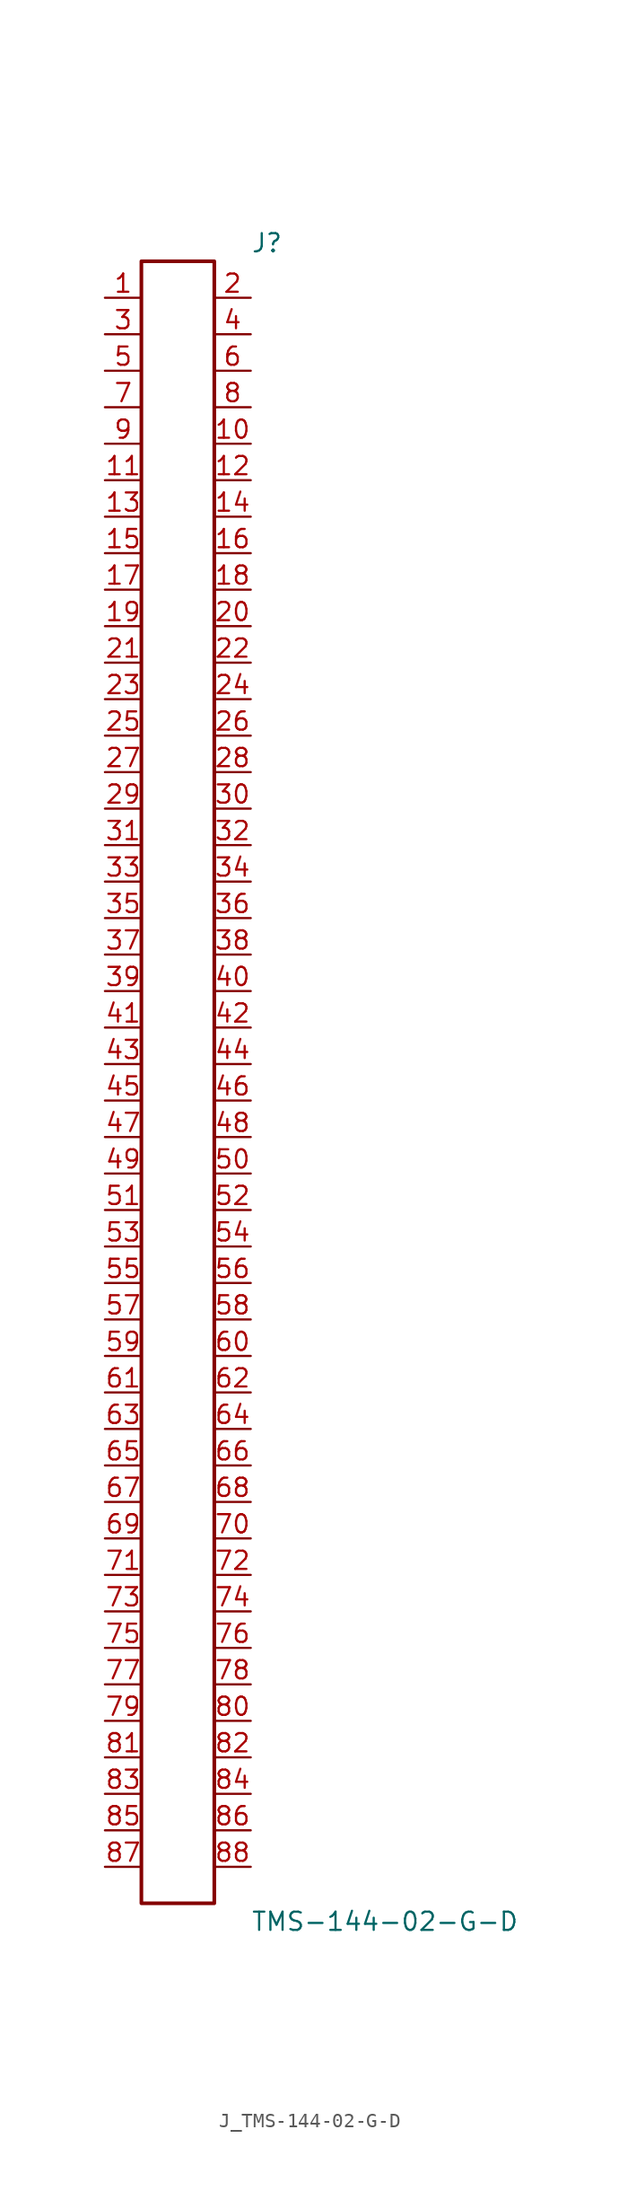
<source format=kicad_sym>
(kicad_symbol_lib
  (version 20231120)
  (generator kicad_symbol_editor)
  (generator_version 8.0)
  (symbol "J_TMS-144-02-G-D"
    (pin_names
      (offset 0.254))
    (property "Reference" "J"
      (at 5.08 58.42 0)
      (effects (font (size 1.27 1.27)) (justify left)))
    (property "Value" "TMS-144-02-G-D"
      (at 5.08 -58.42 0)
      (effects (font (size 1.27 1.27)) (justify left)))
    (symbol "J_TMS-144-02-G-D_0_0"
      (pin unspecified line (at -5.08 54.61 0) (length 2.54) (name "" (effects (font (size 1.27 1.27)))) (number "1" (effects (font (size 1.27 1.27)))))
      (pin unspecified line (at 5.08 54.61 180) (length 2.54) (name "" (effects (font (size 1.27 1.27)))) (number "2" (effects (font (size 1.27 1.27)))))
      (pin unspecified line (at -5.08 52.07 0) (length 2.54) (name "" (effects (font (size 1.27 1.27)))) (number "3" (effects (font (size 1.27 1.27)))))
      (pin unspecified line (at 5.08 52.07 180) (length 2.54) (name "" (effects (font (size 1.27 1.27)))) (number "4" (effects (font (size 1.27 1.27)))))
      (pin unspecified line (at -5.08 49.53 0) (length 2.54) (name "" (effects (font (size 1.27 1.27)))) (number "5" (effects (font (size 1.27 1.27)))))
      (pin unspecified line (at 5.08 49.53 180) (length 2.54) (name "" (effects (font (size 1.27 1.27)))) (number "6" (effects (font (size 1.27 1.27)))))
      (pin unspecified line (at -5.08 46.99 0) (length 2.54) (name "" (effects (font (size 1.27 1.27)))) (number "7" (effects (font (size 1.27 1.27)))))
      (pin unspecified line (at 5.08 46.99 180) (length 2.54) (name "" (effects (font (size 1.27 1.27)))) (number "8" (effects (font (size 1.27 1.27)))))
      (pin unspecified line (at -5.08 44.45 0) (length 2.54) (name "" (effects (font (size 1.27 1.27)))) (number "9" (effects (font (size 1.27 1.27)))))
      (pin unspecified line (at 5.08 44.45 180) (length 2.54) (name "" (effects (font (size 1.27 1.27)))) (number "10" (effects (font (size 1.27 1.27)))))
      (pin unspecified line (at -5.08 41.91 0) (length 2.54) (name "" (effects (font (size 1.27 1.27)))) (number "11" (effects (font (size 1.27 1.27)))))
      (pin unspecified line (at 5.08 41.91 180) (length 2.54) (name "" (effects (font (size 1.27 1.27)))) (number "12" (effects (font (size 1.27 1.27)))))
      (pin unspecified line (at -5.08 39.37 0) (length 2.54) (name "" (effects (font (size 1.27 1.27)))) (number "13" (effects (font (size 1.27 1.27)))))
      (pin unspecified line (at 5.08 39.37 180) (length 2.54) (name "" (effects (font (size 1.27 1.27)))) (number "14" (effects (font (size 1.27 1.27)))))
      (pin unspecified line (at -5.08 36.83 0) (length 2.54) (name "" (effects (font (size 1.27 1.27)))) (number "15" (effects (font (size 1.27 1.27)))))
      (pin unspecified line (at 5.08 36.83 180) (length 2.54) (name "" (effects (font (size 1.27 1.27)))) (number "16" (effects (font (size 1.27 1.27)))))
      (pin unspecified line (at -5.08 34.29 0) (length 2.54) (name "" (effects (font (size 1.27 1.27)))) (number "17" (effects (font (size 1.27 1.27)))))
      (pin unspecified line (at 5.08 34.29 180) (length 2.54) (name "" (effects (font (size 1.27 1.27)))) (number "18" (effects (font (size 1.27 1.27)))))
      (pin unspecified line (at -5.08 31.75 0) (length 2.54) (name "" (effects (font (size 1.27 1.27)))) (number "19" (effects (font (size 1.27 1.27)))))
      (pin unspecified line (at 5.08 31.75 180) (length 2.54) (name "" (effects (font (size 1.27 1.27)))) (number "20" (effects (font (size 1.27 1.27)))))
      (pin unspecified line (at -5.08 29.21 0) (length 2.54) (name "" (effects (font (size 1.27 1.27)))) (number "21" (effects (font (size 1.27 1.27)))))
      (pin unspecified line (at 5.08 29.21 180) (length 2.54) (name "" (effects (font (size 1.27 1.27)))) (number "22" (effects (font (size 1.27 1.27)))))
      (pin unspecified line (at -5.08 26.67 0) (length 2.54) (name "" (effects (font (size 1.27 1.27)))) (number "23" (effects (font (size 1.27 1.27)))))
      (pin unspecified line (at 5.08 26.67 180) (length 2.54) (name "" (effects (font (size 1.27 1.27)))) (number "24" (effects (font (size 1.27 1.27)))))
      (pin unspecified line (at -5.08 24.13 0) (length 2.54) (name "" (effects (font (size 1.27 1.27)))) (number "25" (effects (font (size 1.27 1.27)))))
      (pin unspecified line (at 5.08 24.13 180) (length 2.54) (name "" (effects (font (size 1.27 1.27)))) (number "26" (effects (font (size 1.27 1.27)))))
      (pin unspecified line (at -5.08 21.59 0) (length 2.54) (name "" (effects (font (size 1.27 1.27)))) (number "27" (effects (font (size 1.27 1.27)))))
      (pin unspecified line (at 5.08 21.59 180) (length 2.54) (name "" (effects (font (size 1.27 1.27)))) (number "28" (effects (font (size 1.27 1.27)))))
      (pin unspecified line (at -5.08 19.05 0) (length 2.54) (name "" (effects (font (size 1.27 1.27)))) (number "29" (effects (font (size 1.27 1.27)))))
      (pin unspecified line (at 5.08 19.05 180) (length 2.54) (name "" (effects (font (size 1.27 1.27)))) (number "30" (effects (font (size 1.27 1.27)))))
      (pin unspecified line (at -5.08 16.51 0) (length 2.54) (name "" (effects (font (size 1.27 1.27)))) (number "31" (effects (font (size 1.27 1.27)))))
      (pin unspecified line (at 5.08 16.51 180) (length 2.54) (name "" (effects (font (size 1.27 1.27)))) (number "32" (effects (font (size 1.27 1.27)))))
      (pin unspecified line (at -5.08 13.97 0) (length 2.54) (name "" (effects (font (size 1.27 1.27)))) (number "33" (effects (font (size 1.27 1.27)))))
      (pin unspecified line (at 5.08 13.97 180) (length 2.54) (name "" (effects (font (size 1.27 1.27)))) (number "34" (effects (font (size 1.27 1.27)))))
      (pin unspecified line (at -5.08 11.43 0) (length 2.54) (name "" (effects (font (size 1.27 1.27)))) (number "35" (effects (font (size 1.27 1.27)))))
      (pin unspecified line (at 5.08 11.43 180) (length 2.54) (name "" (effects (font (size 1.27 1.27)))) (number "36" (effects (font (size 1.27 1.27)))))
      (pin unspecified line (at -5.08 8.89 0) (length 2.54) (name "" (effects (font (size 1.27 1.27)))) (number "37" (effects (font (size 1.27 1.27)))))
      (pin unspecified line (at 5.08 8.89 180) (length 2.54) (name "" (effects (font (size 1.27 1.27)))) (number "38" (effects (font (size 1.27 1.27)))))
      (pin unspecified line (at -5.08 6.35 0) (length 2.54) (name "" (effects (font (size 1.27 1.27)))) (number "39" (effects (font (size 1.27 1.27)))))
      (pin unspecified line (at 5.08 6.35 180) (length 2.54) (name "" (effects (font (size 1.27 1.27)))) (number "40" (effects (font (size 1.27 1.27)))))
      (pin unspecified line (at -5.08 3.81 0) (length 2.54) (name "" (effects (font (size 1.27 1.27)))) (number "41" (effects (font (size 1.27 1.27)))))
      (pin unspecified line (at 5.08 3.81 180) (length 2.54) (name "" (effects (font (size 1.27 1.27)))) (number "42" (effects (font (size 1.27 1.27)))))
      (pin unspecified line (at -5.08 1.27 0) (length 2.54) (name "" (effects (font (size 1.27 1.27)))) (number "43" (effects (font (size 1.27 1.27)))))
      (pin unspecified line (at 5.08 1.27 180) (length 2.54) (name "" (effects (font (size 1.27 1.27)))) (number "44" (effects (font (size 1.27 1.27)))))
      (pin unspecified line (at -5.08 -1.27 0) (length 2.54) (name "" (effects (font (size 1.27 1.27)))) (number "45" (effects (font (size 1.27 1.27)))))
      (pin unspecified line (at 5.08 -1.27 180) (length 2.54) (name "" (effects (font (size 1.27 1.27)))) (number "46" (effects (font (size 1.27 1.27)))))
      (pin unspecified line (at -5.08 -3.81 0) (length 2.54) (name "" (effects (font (size 1.27 1.27)))) (number "47" (effects (font (size 1.27 1.27)))))
      (pin unspecified line (at 5.08 -3.81 180) (length 2.54) (name "" (effects (font (size 1.27 1.27)))) (number "48" (effects (font (size 1.27 1.27)))))
      (pin unspecified line (at -5.08 -6.35 0) (length 2.54) (name "" (effects (font (size 1.27 1.27)))) (number "49" (effects (font (size 1.27 1.27)))))
      (pin unspecified line (at 5.08 -6.35 180) (length 2.54) (name "" (effects (font (size 1.27 1.27)))) (number "50" (effects (font (size 1.27 1.27)))))
      (pin unspecified line (at -5.08 -8.89 0) (length 2.54) (name "" (effects (font (size 1.27 1.27)))) (number "51" (effects (font (size 1.27 1.27)))))
      (pin unspecified line (at 5.08 -8.89 180) (length 2.54) (name "" (effects (font (size 1.27 1.27)))) (number "52" (effects (font (size 1.27 1.27)))))
      (pin unspecified line (at -5.08 -11.43 0) (length 2.54) (name "" (effects (font (size 1.27 1.27)))) (number "53" (effects (font (size 1.27 1.27)))))
      (pin unspecified line (at 5.08 -11.43 180) (length 2.54) (name "" (effects (font (size 1.27 1.27)))) (number "54" (effects (font (size 1.27 1.27)))))
      (pin unspecified line (at -5.08 -13.97 0) (length 2.54) (name "" (effects (font (size 1.27 1.27)))) (number "55" (effects (font (size 1.27 1.27)))))
      (pin unspecified line (at 5.08 -13.97 180) (length 2.54) (name "" (effects (font (size 1.27 1.27)))) (number "56" (effects (font (size 1.27 1.27)))))
      (pin unspecified line (at -5.08 -16.51 0) (length 2.54) (name "" (effects (font (size 1.27 1.27)))) (number "57" (effects (font (size 1.27 1.27)))))
      (pin unspecified line (at 5.08 -16.51 180) (length 2.54) (name "" (effects (font (size 1.27 1.27)))) (number "58" (effects (font (size 1.27 1.27)))))
      (pin unspecified line (at -5.08 -19.05 0) (length 2.54) (name "" (effects (font (size 1.27 1.27)))) (number "59" (effects (font (size 1.27 1.27)))))
      (pin unspecified line (at 5.08 -19.05 180) (length 2.54) (name "" (effects (font (size 1.27 1.27)))) (number "60" (effects (font (size 1.27 1.27)))))
      (pin unspecified line (at -5.08 -21.59 0) (length 2.54) (name "" (effects (font (size 1.27 1.27)))) (number "61" (effects (font (size 1.27 1.27)))))
      (pin unspecified line (at 5.08 -21.59 180) (length 2.54) (name "" (effects (font (size 1.27 1.27)))) (number "62" (effects (font (size 1.27 1.27)))))
      (pin unspecified line (at -5.08 -24.13 0) (length 2.54) (name "" (effects (font (size 1.27 1.27)))) (number "63" (effects (font (size 1.27 1.27)))))
      (pin unspecified line (at 5.08 -24.13 180) (length 2.54) (name "" (effects (font (size 1.27 1.27)))) (number "64" (effects (font (size 1.27 1.27)))))
      (pin unspecified line (at -5.08 -26.67 0) (length 2.54) (name "" (effects (font (size 1.27 1.27)))) (number "65" (effects (font (size 1.27 1.27)))))
      (pin unspecified line (at 5.08 -26.67 180) (length 2.54) (name "" (effects (font (size 1.27 1.27)))) (number "66" (effects (font (size 1.27 1.27)))))
      (pin unspecified line (at -5.08 -29.21 0) (length 2.54) (name "" (effects (font (size 1.27 1.27)))) (number "67" (effects (font (size 1.27 1.27)))))
      (pin unspecified line (at 5.08 -29.21 180) (length 2.54) (name "" (effects (font (size 1.27 1.27)))) (number "68" (effects (font (size 1.27 1.27)))))
      (pin unspecified line (at -5.08 -31.75 0) (length 2.54) (name "" (effects (font (size 1.27 1.27)))) (number "69" (effects (font (size 1.27 1.27)))))
      (pin unspecified line (at 5.08 -31.75 180) (length 2.54) (name "" (effects (font (size 1.27 1.27)))) (number "70" (effects (font (size 1.27 1.27)))))
      (pin unspecified line (at -5.08 -34.29 0) (length 2.54) (name "" (effects (font (size 1.27 1.27)))) (number "71" (effects (font (size 1.27 1.27)))))
      (pin unspecified line (at 5.08 -34.29 180) (length 2.54) (name "" (effects (font (size 1.27 1.27)))) (number "72" (effects (font (size 1.27 1.27)))))
      (pin unspecified line (at -5.08 -36.83 0) (length 2.54) (name "" (effects (font (size 1.27 1.27)))) (number "73" (effects (font (size 1.27 1.27)))))
      (pin unspecified line (at 5.08 -36.83 180) (length 2.54) (name "" (effects (font (size 1.27 1.27)))) (number "74" (effects (font (size 1.27 1.27)))))
      (pin unspecified line (at -5.08 -39.37 0) (length 2.54) (name "" (effects (font (size 1.27 1.27)))) (number "75" (effects (font (size 1.27 1.27)))))
      (pin unspecified line (at 5.08 -39.37 180) (length 2.54) (name "" (effects (font (size 1.27 1.27)))) (number "76" (effects (font (size 1.27 1.27)))))
      (pin unspecified line (at -5.08 -41.91 0) (length 2.54) (name "" (effects (font (size 1.27 1.27)))) (number "77" (effects (font (size 1.27 1.27)))))
      (pin unspecified line (at 5.08 -41.91 180) (length 2.54) (name "" (effects (font (size 1.27 1.27)))) (number "78" (effects (font (size 1.27 1.27)))))
      (pin unspecified line (at -5.08 -44.45 0) (length 2.54) (name "" (effects (font (size 1.27 1.27)))) (number "79" (effects (font (size 1.27 1.27)))))
      (pin unspecified line (at 5.08 -44.45 180) (length 2.54) (name "" (effects (font (size 1.27 1.27)))) (number "80" (effects (font (size 1.27 1.27)))))
      (pin unspecified line (at -5.08 -46.99 0) (length 2.54) (name "" (effects (font (size 1.27 1.27)))) (number "81" (effects (font (size 1.27 1.27)))))
      (pin unspecified line (at 5.08 -46.99 180) (length 2.54) (name "" (effects (font (size 1.27 1.27)))) (number "82" (effects (font (size 1.27 1.27)))))
      (pin unspecified line (at -5.08 -49.53 0) (length 2.54) (name "" (effects (font (size 1.27 1.27)))) (number "83" (effects (font (size 1.27 1.27)))))
      (pin unspecified line (at 5.08 -49.53 180) (length 2.54) (name "" (effects (font (size 1.27 1.27)))) (number "84" (effects (font (size 1.27 1.27)))))
      (pin unspecified line (at -5.08 -52.07 0) (length 2.54) (name "" (effects (font (size 1.27 1.27)))) (number "85" (effects (font (size 1.27 1.27)))))
      (pin unspecified line (at 5.08 -52.07 180) (length 2.54) (name "" (effects (font (size 1.27 1.27)))) (number "86" (effects (font (size 1.27 1.27)))))
      (pin unspecified line (at -5.08 -54.61 0) (length 2.54) (name "" (effects (font (size 1.27 1.27)))) (number "87" (effects (font (size 1.27 1.27)))))
      (pin unspecified line (at 5.08 -54.61 180) (length 2.54) (name "" (effects (font (size 1.27 1.27)))) (number "88" (effects (font (size 1.27 1.27))))))
    (symbol "J_TMS-144-02-G-D_1_0"
      (rectangle (start -2.54 57.15) (end 2.54 -57.15) (stroke (width 0.254) (type solid)) (fill (type none))))))
</source>
